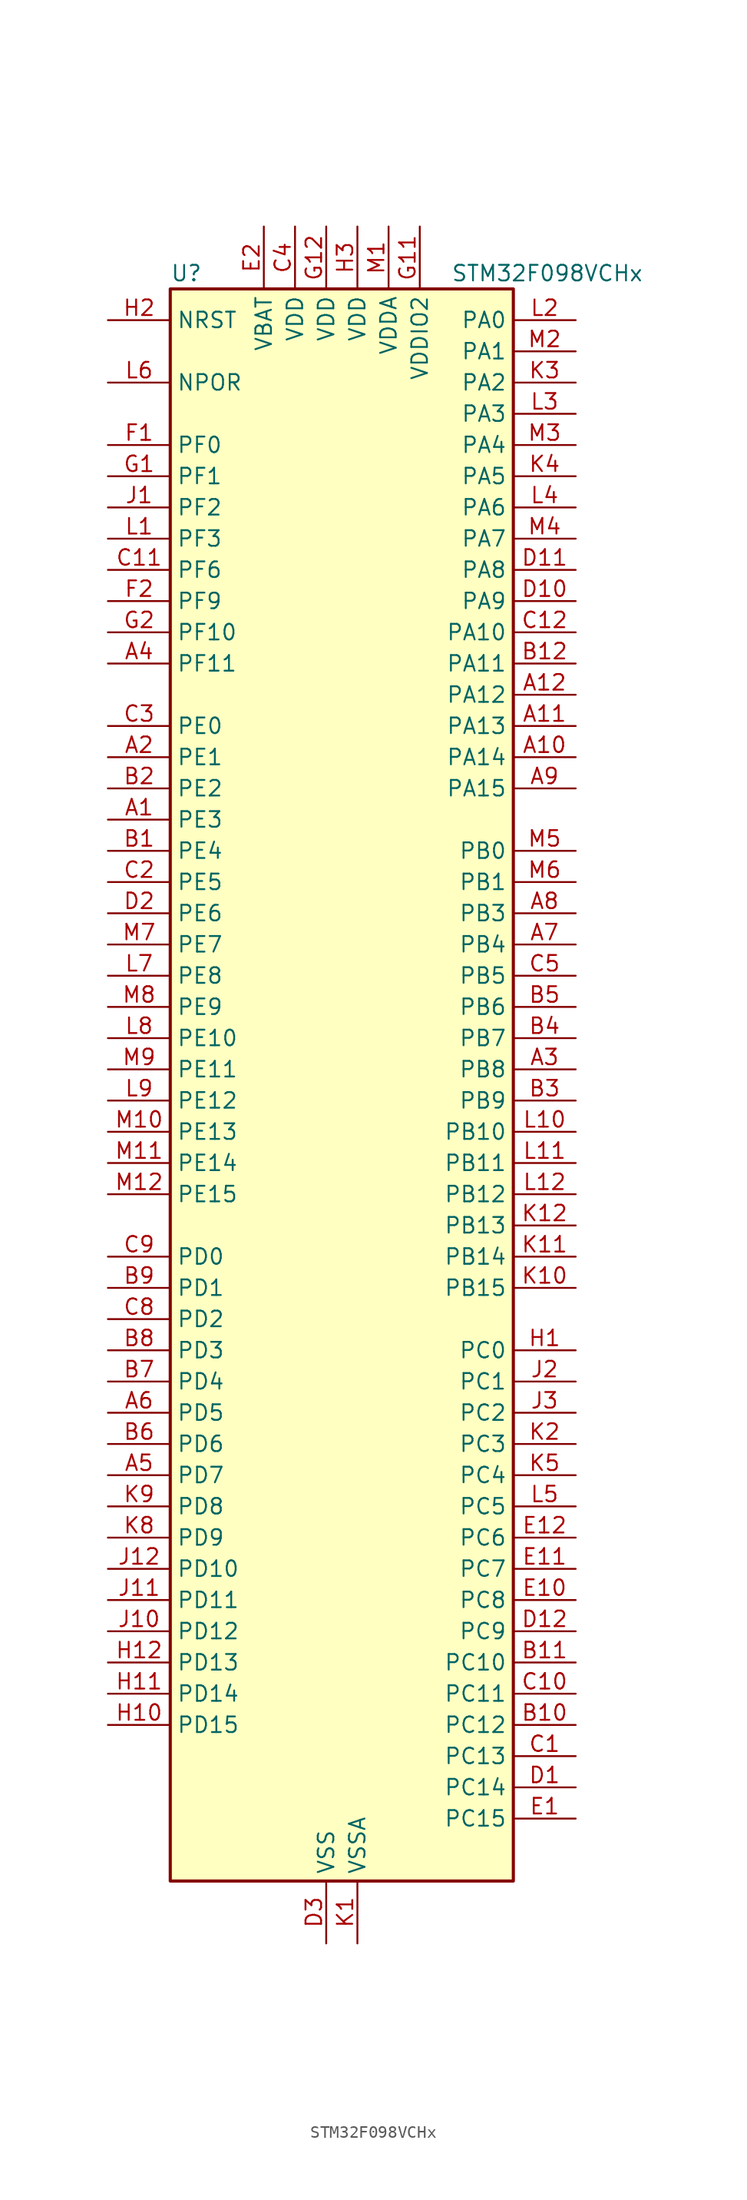
<source format=kicad_sym>
(kicad_symbol_lib
  (version 20231120)
  (generator "kicad_symbol_editor")
  (generator_version "8.0")
  (symbol "STM32F098VCHx"
    (property "Reference" "U"
      (at -12.7 67.31 0)
      (effects (font (size 1.27 1.27)) (justify left)))
    (property "Value" "STM32F098VCHx"
      (at 10.16 67.31 0)
      (effects (font (size 1.27 1.27)) (justify left)))
    (property "ki_locked" ""
      (at 0 0 0)
      (effects (font (size 1.27 1.27))))
    (symbol "STM32F098VCHx_0_1"
      (rectangle (start -12.7 -63.5) (end 15.24 66.04) (stroke (width 0.254) (type default)) (fill (type background))))
    (symbol "STM32F098VCHx_1_1"
      (pin bidirectional line (at -17.78 22.86 0) (length 5.08) (name "PE3" (effects (font (size 1.27 1.27)))) (number "A1" (effects (font (size 1.27 1.27)))) (alternate "TIM3_CH1" bidirectional line) (alternate "TSC_G7_IO2" bidirectional line))
      (pin bidirectional line (at 20.32 27.94 180) (length 5.08) (name "PA14" (effects (font (size 1.27 1.27)))) (number "A10" (effects (font (size 1.27 1.27)))) (alternate "SYS_SWCLK" bidirectional line) (alternate "USART2_TX" bidirectional line))
      (pin bidirectional line (at 20.32 30.48 180) (length 5.08) (name "PA13" (effects (font (size 1.27 1.27)))) (number "A11" (effects (font (size 1.27 1.27)))) (alternate "IR_OUT" bidirectional line) (alternate "SYS_SWDIO" bidirectional line))
      (pin bidirectional line (at 20.32 33.02 180) (length 5.08) (name "PA12" (effects (font (size 1.27 1.27)))) (number "A12" (effects (font (size 1.27 1.27)))) (alternate "CAN_TX" bidirectional line) (alternate "COMP2_OUT" bidirectional line) (alternate "I2C2_SDA" bidirectional line) (alternate "TIM1_ETR" bidirectional line) (alternate "TSC_G4_IO4" bidirectional line) (alternate "USART1_DE" bidirectional line) (alternate "USART1_RTS" bidirectional line))
      (pin bidirectional line (at -17.78 27.94 0) (length 5.08) (name "PE1" (effects (font (size 1.27 1.27)))) (number "A2" (effects (font (size 1.27 1.27)))) (alternate "TIM17_CH1" bidirectional line))
      (pin bidirectional line (at 20.32 2.54 180) (length 5.08) (name "PB8" (effects (font (size 1.27 1.27)))) (number "A3" (effects (font (size 1.27 1.27)))) (alternate "CAN_RX" bidirectional line) (alternate "CEC" bidirectional line) (alternate "I2C1_SCL" bidirectional line) (alternate "TIM16_CH1" bidirectional line) (alternate "TSC_SYNC" bidirectional line))
      (pin bidirectional line (at -17.78 35.56 0) (length 5.08) (name "PF11" (effects (font (size 1.27 1.27)))) (number "A4" (effects (font (size 1.27 1.27)))))
      (pin bidirectional line (at -17.78 -30.48 0) (length 5.08) (name "PD7" (effects (font (size 1.27 1.27)))) (number "A5" (effects (font (size 1.27 1.27)))) (alternate "USART2_CK" bidirectional line))
      (pin bidirectional line (at -17.78 -25.4 0) (length 5.08) (name "PD5" (effects (font (size 1.27 1.27)))) (number "A6" (effects (font (size 1.27 1.27)))) (alternate "USART2_TX" bidirectional line))
      (pin bidirectional line (at 20.32 12.7 180) (length 5.08) (name "PB4" (effects (font (size 1.27 1.27)))) (number "A7" (effects (font (size 1.27 1.27)))) (alternate "I2S1_MCK" bidirectional line) (alternate "SPI1_MISO" bidirectional line) (alternate "TIM17_BKIN" bidirectional line) (alternate "TIM3_CH1" bidirectional line) (alternate "TSC_G5_IO2" bidirectional line) (alternate "USART5_RX" bidirectional line))
      (pin bidirectional line (at 20.32 15.24 180) (length 5.08) (name "PB3" (effects (font (size 1.27 1.27)))) (number "A8" (effects (font (size 1.27 1.27)))) (alternate "I2S1_CK" bidirectional line) (alternate "SPI1_SCK" bidirectional line) (alternate "TIM2_CH2" bidirectional line) (alternate "TSC_G5_IO1" bidirectional line) (alternate "USART5_TX" bidirectional line))
      (pin bidirectional line (at 20.32 25.4 180) (length 5.08) (name "PA15" (effects (font (size 1.27 1.27)))) (number "A9" (effects (font (size 1.27 1.27)))) (alternate "I2S1_WS" bidirectional line) (alternate "SPI1_NSS" bidirectional line) (alternate "TIM2_CH1" bidirectional line) (alternate "TIM2_ETR" bidirectional line) (alternate "USART2_RX" bidirectional line) (alternate "USART4_DE" bidirectional line) (alternate "USART4_RTS" bidirectional line))
      (pin bidirectional line (at -17.78 20.32 0) (length 5.08) (name "PE4" (effects (font (size 1.27 1.27)))) (number "B1" (effects (font (size 1.27 1.27)))) (alternate "TIM3_CH2" bidirectional line) (alternate "TSC_G7_IO3" bidirectional line))
      (pin bidirectional line (at 20.32 -50.8 180) (length 5.08) (name "PC12" (effects (font (size 1.27 1.27)))) (number "B10" (effects (font (size 1.27 1.27)))) (alternate "USART3_CK" bidirectional line) (alternate "USART4_CK" bidirectional line) (alternate "USART5_TX" bidirectional line))
      (pin bidirectional line (at 20.32 -45.72 180) (length 5.08) (name "PC10" (effects (font (size 1.27 1.27)))) (number "B11" (effects (font (size 1.27 1.27)))) (alternate "USART3_TX" bidirectional line) (alternate "USART4_TX" bidirectional line))
      (pin bidirectional line (at 20.32 35.56 180) (length 5.08) (name "PA11" (effects (font (size 1.27 1.27)))) (number "B12" (effects (font (size 1.27 1.27)))) (alternate "CAN_RX" bidirectional line) (alternate "COMP1_OUT" bidirectional line) (alternate "I2C2_SCL" bidirectional line) (alternate "TIM1_CH4" bidirectional line) (alternate "TSC_G4_IO3" bidirectional line) (alternate "USART1_CTS" bidirectional line))
      (pin bidirectional line (at -17.78 25.4 0) (length 5.08) (name "PE2" (effects (font (size 1.27 1.27)))) (number "B2" (effects (font (size 1.27 1.27)))) (alternate "TIM3_ETR" bidirectional line) (alternate "TSC_G7_IO1" bidirectional line))
      (pin bidirectional line (at 20.32 0 180) (length 5.08) (name "PB9" (effects (font (size 1.27 1.27)))) (number "B3" (effects (font (size 1.27 1.27)))) (alternate "CAN_TX" bidirectional line) (alternate "DAC_EXTI9" bidirectional line) (alternate "I2C1_SDA" bidirectional line) (alternate "I2S2_WS" bidirectional line) (alternate "IR_OUT" bidirectional line) (alternate "SPI2_NSS" bidirectional line) (alternate "TIM17_CH1" bidirectional line))
      (pin bidirectional line (at 20.32 5.08 180) (length 5.08) (name "PB7" (effects (font (size 1.27 1.27)))) (number "B4" (effects (font (size 1.27 1.27)))) (alternate "I2C1_SDA" bidirectional line) (alternate "TIM17_CH1N" bidirectional line) (alternate "TSC_G5_IO4" bidirectional line) (alternate "USART1_RX" bidirectional line) (alternate "USART4_CTS" bidirectional line))
      (pin bidirectional line (at 20.32 7.62 180) (length 5.08) (name "PB6" (effects (font (size 1.27 1.27)))) (number "B5" (effects (font (size 1.27 1.27)))) (alternate "I2C1_SCL" bidirectional line) (alternate "TIM16_CH1N" bidirectional line) (alternate "TSC_G5_IO3" bidirectional line) (alternate "USART1_TX" bidirectional line))
      (pin bidirectional line (at -17.78 -27.94 0) (length 5.08) (name "PD6" (effects (font (size 1.27 1.27)))) (number "B6" (effects (font (size 1.27 1.27)))) (alternate "USART2_RX" bidirectional line))
      (pin bidirectional line (at -17.78 -22.86 0) (length 5.08) (name "PD4" (effects (font (size 1.27 1.27)))) (number "B7" (effects (font (size 1.27 1.27)))) (alternate "I2S2_SD" bidirectional line) (alternate "SPI2_MOSI" bidirectional line) (alternate "USART2_DE" bidirectional line) (alternate "USART2_RTS" bidirectional line))
      (pin bidirectional line (at -17.78 -20.32 0) (length 5.08) (name "PD3" (effects (font (size 1.27 1.27)))) (number "B8" (effects (font (size 1.27 1.27)))) (alternate "I2S2_MCK" bidirectional line) (alternate "SPI2_MISO" bidirectional line) (alternate "USART2_CTS" bidirectional line))
      (pin bidirectional line (at -17.78 -15.24 0) (length 5.08) (name "PD1" (effects (font (size 1.27 1.27)))) (number "B9" (effects (font (size 1.27 1.27)))) (alternate "CAN_TX" bidirectional line) (alternate "I2S2_CK" bidirectional line) (alternate "SPI2_SCK" bidirectional line))
      (pin bidirectional line (at 20.32 -53.34 180) (length 5.08) (name "PC13" (effects (font (size 1.27 1.27)))) (number "C1" (effects (font (size 1.27 1.27)))) (alternate "RTC_OUT_ALARM" bidirectional line) (alternate "RTC_OUT_CALIB" bidirectional line) (alternate "RTC_TAMP1" bidirectional line) (alternate "RTC_TS" bidirectional line) (alternate "SYS_WKUP2" bidirectional line))
      (pin bidirectional line (at 20.32 -48.26 180) (length 5.08) (name "PC11" (effects (font (size 1.27 1.27)))) (number "C10" (effects (font (size 1.27 1.27)))) (alternate "USART3_RX" bidirectional line) (alternate "USART4_RX" bidirectional line))
      (pin bidirectional line (at -17.78 43.18 0) (length 5.08) (name "PF6" (effects (font (size 1.27 1.27)))) (number "C11" (effects (font (size 1.27 1.27)))))
      (pin bidirectional line (at 20.32 38.1 180) (length 5.08) (name "PA10" (effects (font (size 1.27 1.27)))) (number "C12" (effects (font (size 1.27 1.27)))) (alternate "I2C1_SDA" bidirectional line) (alternate "TIM17_BKIN" bidirectional line) (alternate "TIM1_CH3" bidirectional line) (alternate "TSC_G4_IO2" bidirectional line) (alternate "USART1_RX" bidirectional line))
      (pin bidirectional line (at -17.78 17.78 0) (length 5.08) (name "PE5" (effects (font (size 1.27 1.27)))) (number "C2" (effects (font (size 1.27 1.27)))) (alternate "TIM3_CH3" bidirectional line) (alternate "TSC_G7_IO4" bidirectional line))
      (pin bidirectional line (at -17.78 30.48 0) (length 5.08) (name "PE0" (effects (font (size 1.27 1.27)))) (number "C3" (effects (font (size 1.27 1.27)))) (alternate "TIM16_CH1" bidirectional line))
      (pin power_in line (at -2.54 71.12 270) (length 5.08) (name "VDD" (effects (font (size 1.27 1.27)))) (number "C4" (effects (font (size 1.27 1.27)))))
      (pin bidirectional line (at 20.32 10.16 180) (length 5.08) (name "PB5" (effects (font (size 1.27 1.27)))) (number "C5" (effects (font (size 1.27 1.27)))) (alternate "I2C1_SMBA" bidirectional line) (alternate "I2S1_SD" bidirectional line) (alternate "SPI1_MOSI" bidirectional line) (alternate "SYS_WKUP6" bidirectional line) (alternate "TIM16_BKIN" bidirectional line) (alternate "TIM3_CH2" bidirectional line) (alternate "USART5_CK" bidirectional line) (alternate "USART5_DE" bidirectional line) (alternate "USART5_RTS" bidirectional line))
      (pin bidirectional line (at -17.78 -17.78 0) (length 5.08) (name "PD2" (effects (font (size 1.27 1.27)))) (number "C8" (effects (font (size 1.27 1.27)))) (alternate "TIM3_ETR" bidirectional line) (alternate "USART3_DE" bidirectional line) (alternate "USART3_RTS" bidirectional line) (alternate "USART5_RX" bidirectional line))
      (pin bidirectional line (at -17.78 -12.7 0) (length 5.08) (name "PD0" (effects (font (size 1.27 1.27)))) (number "C9" (effects (font (size 1.27 1.27)))) (alternate "CAN_RX" bidirectional line) (alternate "I2S2_WS" bidirectional line) (alternate "SPI2_NSS" bidirectional line))
      (pin bidirectional line (at 20.32 -55.88 180) (length 5.08) (name "PC14" (effects (font (size 1.27 1.27)))) (number "D1" (effects (font (size 1.27 1.27)))) (alternate "RCC_OSC32_IN" bidirectional line))
      (pin bidirectional line (at 20.32 40.64 180) (length 5.08) (name "PA9" (effects (font (size 1.27 1.27)))) (number "D10" (effects (font (size 1.27 1.27)))) (alternate "DAC_EXTI9" bidirectional line) (alternate "I2C1_SCL" bidirectional line) (alternate "RCC_MCO" bidirectional line) (alternate "TIM15_BKIN" bidirectional line) (alternate "TIM1_CH2" bidirectional line) (alternate "TSC_G4_IO1" bidirectional line) (alternate "USART1_TX" bidirectional line))
      (pin bidirectional line (at 20.32 43.18 180) (length 5.08) (name "PA8" (effects (font (size 1.27 1.27)))) (number "D11" (effects (font (size 1.27 1.27)))) (alternate "CRS_SYNC" bidirectional line) (alternate "RCC_MCO" bidirectional line) (alternate "TIM1_CH1" bidirectional line) (alternate "USART1_CK" bidirectional line))
      (pin bidirectional line (at 20.32 -43.18 180) (length 5.08) (name "PC9" (effects (font (size 1.27 1.27)))) (number "D12" (effects (font (size 1.27 1.27)))) (alternate "DAC_EXTI9" bidirectional line) (alternate "TIM3_CH4" bidirectional line) (alternate "USART8_RX" bidirectional line))
      (pin bidirectional line (at -17.78 15.24 0) (length 5.08) (name "PE6" (effects (font (size 1.27 1.27)))) (number "D2" (effects (font (size 1.27 1.27)))) (alternate "RTC_TAMP3" bidirectional line) (alternate "SYS_WKUP3" bidirectional line) (alternate "TIM3_CH4" bidirectional line))
      (pin power_in line (at 0 -68.58 90) (length 5.08) (name "VSS" (effects (font (size 1.27 1.27)))) (number "D3" (effects (font (size 1.27 1.27)))))
      (pin bidirectional line (at 20.32 -58.42 180) (length 5.08) (name "PC15" (effects (font (size 1.27 1.27)))) (number "E1" (effects (font (size 1.27 1.27)))) (alternate "RCC_OSC32_OUT" bidirectional line))
      (pin bidirectional line (at 20.32 -40.64 180) (length 5.08) (name "PC8" (effects (font (size 1.27 1.27)))) (number "E10" (effects (font (size 1.27 1.27)))) (alternate "TIM3_CH3" bidirectional line) (alternate "USART8_TX" bidirectional line))
      (pin bidirectional line (at 20.32 -38.1 180) (length 5.08) (name "PC7" (effects (font (size 1.27 1.27)))) (number "E11" (effects (font (size 1.27 1.27)))) (alternate "TIM3_CH2" bidirectional line) (alternate "USART7_RX" bidirectional line))
      (pin bidirectional line (at 20.32 -35.56 180) (length 5.08) (name "PC6" (effects (font (size 1.27 1.27)))) (number "E12" (effects (font (size 1.27 1.27)))) (alternate "TIM3_CH1" bidirectional line) (alternate "USART7_TX" bidirectional line))
      (pin power_in line (at -5.08 71.12 270) (length 5.08) (name "VBAT" (effects (font (size 1.27 1.27)))) (number "E2" (effects (font (size 1.27 1.27)))))
      (pin no_connect line (at -12.7 -63.5 0) (length 5.08) hide (name "NC" (effects (font (size 1.27 1.27)))) (number "E3" (effects (font (size 1.27 1.27)))))
      (pin bidirectional line (at -17.78 53.34 0) (length 5.08) (name "PF0" (effects (font (size 1.27 1.27)))) (number "F1" (effects (font (size 1.27 1.27)))) (alternate "CRS_SYNC" bidirectional line) (alternate "I2C1_SDA" bidirectional line) (alternate "RCC_OSC_IN" bidirectional line))
      (pin passive line (at 0 -68.58 90) (length 5.08) hide (name "VSS" (effects (font (size 1.27 1.27)))) (number "F11" (effects (font (size 1.27 1.27)))))
      (pin passive line (at 0 -68.58 90) (length 5.08) hide (name "VSS" (effects (font (size 1.27 1.27)))) (number "F12" (effects (font (size 1.27 1.27)))))
      (pin bidirectional line (at -17.78 40.64 0) (length 5.08) (name "PF9" (effects (font (size 1.27 1.27)))) (number "F2" (effects (font (size 1.27 1.27)))) (alternate "DAC_EXTI9" bidirectional line) (alternate "TIM15_CH1" bidirectional line) (alternate "USART6_TX" bidirectional line))
      (pin bidirectional line (at -17.78 50.8 0) (length 5.08) (name "PF1" (effects (font (size 1.27 1.27)))) (number "G1" (effects (font (size 1.27 1.27)))) (alternate "I2C1_SCL" bidirectional line) (alternate "RCC_OSC_OUT" bidirectional line))
      (pin power_in line (at 7.62 71.12 270) (length 5.08) (name "VDDIO2" (effects (font (size 1.27 1.27)))) (number "G11" (effects (font (size 1.27 1.27)))))
      (pin power_in line (at 0 71.12 270) (length 5.08) (name "VDD" (effects (font (size 1.27 1.27)))) (number "G12" (effects (font (size 1.27 1.27)))))
      (pin bidirectional line (at -17.78 38.1 0) (length 5.08) (name "PF10" (effects (font (size 1.27 1.27)))) (number "G2" (effects (font (size 1.27 1.27)))) (alternate "TIM15_CH2" bidirectional line) (alternate "USART6_RX" bidirectional line))
      (pin bidirectional line (at 20.32 -20.32 180) (length 5.08) (name "PC0" (effects (font (size 1.27 1.27)))) (number "H1" (effects (font (size 1.27 1.27)))) (alternate "ADC_IN10" bidirectional line) (alternate "USART6_TX" bidirectional line) (alternate "USART7_TX" bidirectional line))
      (pin bidirectional line (at -17.78 -50.8 0) (length 5.08) (name "PD15" (effects (font (size 1.27 1.27)))) (number "H10" (effects (font (size 1.27 1.27)))) (alternate "CRS_SYNC" bidirectional line) (alternate "TSC_G8_IO4" bidirectional line) (alternate "USART7_CK" bidirectional line) (alternate "USART7_DE" bidirectional line) (alternate "USART7_RTS" bidirectional line))
      (pin bidirectional line (at -17.78 -48.26 0) (length 5.08) (name "PD14" (effects (font (size 1.27 1.27)))) (number "H11" (effects (font (size 1.27 1.27)))) (alternate "TSC_G8_IO3" bidirectional line) (alternate "USART8_RX" bidirectional line))
      (pin bidirectional line (at -17.78 -45.72 0) (length 5.08) (name "PD13" (effects (font (size 1.27 1.27)))) (number "H12" (effects (font (size 1.27 1.27)))) (alternate "TSC_G8_IO2" bidirectional line) (alternate "USART8_TX" bidirectional line))
      (pin input line (at -17.78 63.5 0) (length 5.08) (name "NRST" (effects (font (size 1.27 1.27)))) (number "H2" (effects (font (size 1.27 1.27)))))
      (pin power_in line (at 2.54 71.12 270) (length 5.08) (name "VDD" (effects (font (size 1.27 1.27)))) (number "H3" (effects (font (size 1.27 1.27)))))
      (pin bidirectional line (at -17.78 48.26 0) (length 5.08) (name "PF2" (effects (font (size 1.27 1.27)))) (number "J1" (effects (font (size 1.27 1.27)))) (alternate "SYS_WKUP8" bidirectional line) (alternate "USART7_CK" bidirectional line) (alternate "USART7_DE" bidirectional line) (alternate "USART7_RTS" bidirectional line) (alternate "USART7_TX" bidirectional line))
      (pin bidirectional line (at -17.78 -43.18 0) (length 5.08) (name "PD12" (effects (font (size 1.27 1.27)))) (number "J10" (effects (font (size 1.27 1.27)))) (alternate "TSC_G8_IO1" bidirectional line) (alternate "USART3_DE" bidirectional line) (alternate "USART3_RTS" bidirectional line) (alternate "USART8_CK" bidirectional line) (alternate "USART8_DE" bidirectional line) (alternate "USART8_RTS" bidirectional line))
      (pin bidirectional line (at -17.78 -40.64 0) (length 5.08) (name "PD11" (effects (font (size 1.27 1.27)))) (number "J11" (effects (font (size 1.27 1.27)))) (alternate "USART3_CTS" bidirectional line))
      (pin bidirectional line (at -17.78 -38.1 0) (length 5.08) (name "PD10" (effects (font (size 1.27 1.27)))) (number "J12" (effects (font (size 1.27 1.27)))) (alternate "USART3_CK" bidirectional line))
      (pin bidirectional line (at 20.32 -22.86 180) (length 5.08) (name "PC1" (effects (font (size 1.27 1.27)))) (number "J2" (effects (font (size 1.27 1.27)))) (alternate "ADC_IN11" bidirectional line) (alternate "USART6_RX" bidirectional line) (alternate "USART7_RX" bidirectional line))
      (pin bidirectional line (at 20.32 -25.4 180) (length 5.08) (name "PC2" (effects (font (size 1.27 1.27)))) (number "J3" (effects (font (size 1.27 1.27)))) (alternate "ADC_IN12" bidirectional line) (alternate "I2S2_MCK" bidirectional line) (alternate "SPI2_MISO" bidirectional line) (alternate "USART8_TX" bidirectional line))
      (pin power_in line (at 2.54 -68.58 90) (length 5.08) (name "VSSA" (effects (font (size 1.27 1.27)))) (number "K1" (effects (font (size 1.27 1.27)))))
      (pin bidirectional line (at 20.32 -15.24 180) (length 5.08) (name "PB15" (effects (font (size 1.27 1.27)))) (number "K10" (effects (font (size 1.27 1.27)))) (alternate "I2S2_SD" bidirectional line) (alternate "RTC_REFIN" bidirectional line) (alternate "SPI2_MOSI" bidirectional line) (alternate "SYS_WKUP7" bidirectional line) (alternate "TIM15_CH1N" bidirectional line) (alternate "TIM15_CH2" bidirectional line) (alternate "TIM1_CH3N" bidirectional line))
      (pin bidirectional line (at 20.32 -12.7 180) (length 5.08) (name "PB14" (effects (font (size 1.27 1.27)))) (number "K11" (effects (font (size 1.27 1.27)))) (alternate "I2C2_SDA" bidirectional line) (alternate "I2S2_MCK" bidirectional line) (alternate "SPI2_MISO" bidirectional line) (alternate "TIM15_CH1" bidirectional line) (alternate "TIM1_CH2N" bidirectional line) (alternate "TSC_G6_IO4" bidirectional line) (alternate "USART3_DE" bidirectional line) (alternate "USART3_RTS" bidirectional line))
      (pin bidirectional line (at 20.32 -10.16 180) (length 5.08) (name "PB13" (effects (font (size 1.27 1.27)))) (number "K12" (effects (font (size 1.27 1.27)))) (alternate "I2C2_SCL" bidirectional line) (alternate "I2S2_CK" bidirectional line) (alternate "SPI2_SCK" bidirectional line) (alternate "TIM1_CH1N" bidirectional line) (alternate "TSC_G6_IO3" bidirectional line) (alternate "USART3_CTS" bidirectional line))
      (pin bidirectional line (at 20.32 -27.94 180) (length 5.08) (name "PC3" (effects (font (size 1.27 1.27)))) (number "K2" (effects (font (size 1.27 1.27)))) (alternate "ADC_IN13" bidirectional line) (alternate "I2S2_SD" bidirectional line) (alternate "SPI2_MOSI" bidirectional line) (alternate "USART8_RX" bidirectional line))
      (pin bidirectional line (at 20.32 58.42 180) (length 5.08) (name "PA2" (effects (font (size 1.27 1.27)))) (number "K3" (effects (font (size 1.27 1.27)))) (alternate "ADC_IN2" bidirectional line) (alternate "COMP2_INM" bidirectional line) (alternate "COMP2_OUT" bidirectional line) (alternate "SYS_WKUP4" bidirectional line) (alternate "TIM15_CH1" bidirectional line) (alternate "TIM2_CH3" bidirectional line) (alternate "TSC_G1_IO3" bidirectional line) (alternate "USART2_TX" bidirectional line))
      (pin bidirectional line (at 20.32 50.8 180) (length 5.08) (name "PA5" (effects (font (size 1.27 1.27)))) (number "K4" (effects (font (size 1.27 1.27)))) (alternate "ADC_IN5" bidirectional line) (alternate "CEC" bidirectional line) (alternate "COMP1_INM" bidirectional line) (alternate "COMP2_INM" bidirectional line) (alternate "DAC_OUT2" bidirectional line) (alternate "I2S1_CK" bidirectional line) (alternate "SPI1_SCK" bidirectional line) (alternate "TIM2_CH1" bidirectional line) (alternate "TIM2_ETR" bidirectional line) (alternate "TSC_G2_IO2" bidirectional line) (alternate "USART6_RX" bidirectional line))
      (pin bidirectional line (at 20.32 -30.48 180) (length 5.08) (name "PC4" (effects (font (size 1.27 1.27)))) (number "K5" (effects (font (size 1.27 1.27)))) (alternate "ADC_IN14" bidirectional line) (alternate "USART3_TX" bidirectional line))
      (pin bidirectional line (at -17.78 -35.56 0) (length 5.08) (name "PD9" (effects (font (size 1.27 1.27)))) (number "K8" (effects (font (size 1.27 1.27)))) (alternate "DAC_EXTI9" bidirectional line) (alternate "USART3_RX" bidirectional line))
      (pin bidirectional line (at -17.78 -33.02 0) (length 5.08) (name "PD8" (effects (font (size 1.27 1.27)))) (number "K9" (effects (font (size 1.27 1.27)))) (alternate "USART3_TX" bidirectional line))
      (pin bidirectional line (at -17.78 45.72 0) (length 5.08) (name "PF3" (effects (font (size 1.27 1.27)))) (number "L1" (effects (font (size 1.27 1.27)))) (alternate "USART6_CK" bidirectional line) (alternate "USART6_DE" bidirectional line) (alternate "USART6_RTS" bidirectional line) (alternate "USART7_RX" bidirectional line))
      (pin bidirectional line (at 20.32 -2.54 180) (length 5.08) (name "PB10" (effects (font (size 1.27 1.27)))) (number "L10" (effects (font (size 1.27 1.27)))) (alternate "CEC" bidirectional line) (alternate "I2C2_SCL" bidirectional line) (alternate "I2S2_CK" bidirectional line) (alternate "SPI2_SCK" bidirectional line) (alternate "TIM2_CH3" bidirectional line) (alternate "TSC_SYNC" bidirectional line) (alternate "USART3_TX" bidirectional line))
      (pin bidirectional line (at 20.32 -5.08 180) (length 5.08) (name "PB11" (effects (font (size 1.27 1.27)))) (number "L11" (effects (font (size 1.27 1.27)))) (alternate "I2C2_SDA" bidirectional line) (alternate "TIM2_CH4" bidirectional line) (alternate "TSC_G6_IO1" bidirectional line) (alternate "USART3_RX" bidirectional line))
      (pin bidirectional line (at 20.32 -7.62 180) (length 5.08) (name "PB12" (effects (font (size 1.27 1.27)))) (number "L12" (effects (font (size 1.27 1.27)))) (alternate "I2S2_WS" bidirectional line) (alternate "SPI2_NSS" bidirectional line) (alternate "TIM15_BKIN" bidirectional line) (alternate "TIM1_BKIN" bidirectional line) (alternate "TSC_G6_IO2" bidirectional line) (alternate "USART3_CK" bidirectional line))
      (pin bidirectional line (at 20.32 63.5 180) (length 5.08) (name "PA0" (effects (font (size 1.27 1.27)))) (number "L2" (effects (font (size 1.27 1.27)))) (alternate "ADC_IN0" bidirectional line) (alternate "COMP1_INM" bidirectional line) (alternate "COMP1_OUT" bidirectional line) (alternate "RTC_TAMP2" bidirectional line) (alternate "SYS_WKUP1" bidirectional line) (alternate "TIM2_CH1" bidirectional line) (alternate "TIM2_ETR" bidirectional line) (alternate "TSC_G1_IO1" bidirectional line) (alternate "USART2_CTS" bidirectional line) (alternate "USART4_TX" bidirectional line))
      (pin bidirectional line (at 20.32 55.88 180) (length 5.08) (name "PA3" (effects (font (size 1.27 1.27)))) (number "L3" (effects (font (size 1.27 1.27)))) (alternate "ADC_IN3" bidirectional line) (alternate "COMP2_INP" bidirectional line) (alternate "TIM15_CH2" bidirectional line) (alternate "TIM2_CH4" bidirectional line) (alternate "TSC_G1_IO4" bidirectional line) (alternate "USART2_RX" bidirectional line))
      (pin bidirectional line (at 20.32 48.26 180) (length 5.08) (name "PA6" (effects (font (size 1.27 1.27)))) (number "L4" (effects (font (size 1.27 1.27)))) (alternate "ADC_IN6" bidirectional line) (alternate "COMP1_OUT" bidirectional line) (alternate "I2S1_MCK" bidirectional line) (alternate "SPI1_MISO" bidirectional line) (alternate "TIM16_CH1" bidirectional line) (alternate "TIM1_BKIN" bidirectional line) (alternate "TIM3_CH1" bidirectional line) (alternate "TSC_G2_IO3" bidirectional line) (alternate "USART3_CTS" bidirectional line))
      (pin bidirectional line (at 20.32 -33.02 180) (length 5.08) (name "PC5" (effects (font (size 1.27 1.27)))) (number "L5" (effects (font (size 1.27 1.27)))) (alternate "ADC_IN15" bidirectional line) (alternate "SYS_WKUP5" bidirectional line) (alternate "TSC_G3_IO1" bidirectional line) (alternate "USART3_RX" bidirectional line))
      (pin input line (at -17.78 58.42 0) (length 5.08) (name "NPOR" (effects (font (size 1.27 1.27)))) (number "L6" (effects (font (size 1.27 1.27)))))
      (pin bidirectional line (at -17.78 10.16 0) (length 5.08) (name "PE8" (effects (font (size 1.27 1.27)))) (number "L7" (effects (font (size 1.27 1.27)))) (alternate "TIM1_CH1N" bidirectional line) (alternate "USART4_TX" bidirectional line))
      (pin bidirectional line (at -17.78 5.08 0) (length 5.08) (name "PE10" (effects (font (size 1.27 1.27)))) (number "L8" (effects (font (size 1.27 1.27)))) (alternate "TIM1_CH2N" bidirectional line) (alternate "USART5_TX" bidirectional line))
      (pin bidirectional line (at -17.78 0 0) (length 5.08) (name "PE12" (effects (font (size 1.27 1.27)))) (number "L9" (effects (font (size 1.27 1.27)))) (alternate "I2S1_WS" bidirectional line) (alternate "SPI1_NSS" bidirectional line) (alternate "TIM1_CH3N" bidirectional line))
      (pin power_in line (at 5.08 71.12 270) (length 5.08) (name "VDDA" (effects (font (size 1.27 1.27)))) (number "M1" (effects (font (size 1.27 1.27)))))
      (pin bidirectional line (at -17.78 -2.54 0) (length 5.08) (name "PE13" (effects (font (size 1.27 1.27)))) (number "M10" (effects (font (size 1.27 1.27)))) (alternate "I2S1_CK" bidirectional line) (alternate "SPI1_SCK" bidirectional line) (alternate "TIM1_CH3" bidirectional line))
      (pin bidirectional line (at -17.78 -5.08 0) (length 5.08) (name "PE14" (effects (font (size 1.27 1.27)))) (number "M11" (effects (font (size 1.27 1.27)))) (alternate "I2S1_MCK" bidirectional line) (alternate "SPI1_MISO" bidirectional line) (alternate "TIM1_CH4" bidirectional line))
      (pin bidirectional line (at -17.78 -7.62 0) (length 5.08) (name "PE15" (effects (font (size 1.27 1.27)))) (number "M12" (effects (font (size 1.27 1.27)))) (alternate "I2S1_SD" bidirectional line) (alternate "SPI1_MOSI" bidirectional line) (alternate "TIM1_BKIN" bidirectional line))
      (pin bidirectional line (at 20.32 60.96 180) (length 5.08) (name "PA1" (effects (font (size 1.27 1.27)))) (number "M2" (effects (font (size 1.27 1.27)))) (alternate "ADC_IN1" bidirectional line) (alternate "COMP1_INP" bidirectional line) (alternate "TIM15_CH1N" bidirectional line) (alternate "TIM2_CH2" bidirectional line) (alternate "TSC_G1_IO2" bidirectional line) (alternate "USART2_DE" bidirectional line) (alternate "USART2_RTS" bidirectional line) (alternate "USART4_RX" bidirectional line))
      (pin bidirectional line (at 20.32 53.34 180) (length 5.08) (name "PA4" (effects (font (size 1.27 1.27)))) (number "M3" (effects (font (size 1.27 1.27)))) (alternate "ADC_IN4" bidirectional line) (alternate "COMP1_INM" bidirectional line) (alternate "COMP2_INM" bidirectional line) (alternate "DAC_OUT1" bidirectional line) (alternate "I2S1_WS" bidirectional line) (alternate "SPI1_NSS" bidirectional line) (alternate "TIM14_CH1" bidirectional line) (alternate "TSC_G2_IO1" bidirectional line) (alternate "USART2_CK" bidirectional line) (alternate "USART6_TX" bidirectional line))
      (pin bidirectional line (at 20.32 45.72 180) (length 5.08) (name "PA7" (effects (font (size 1.27 1.27)))) (number "M4" (effects (font (size 1.27 1.27)))) (alternate "ADC_IN7" bidirectional line) (alternate "COMP2_OUT" bidirectional line) (alternate "I2S1_SD" bidirectional line) (alternate "SPI1_MOSI" bidirectional line) (alternate "TIM14_CH1" bidirectional line) (alternate "TIM17_CH1" bidirectional line) (alternate "TIM1_CH1N" bidirectional line) (alternate "TIM3_CH2" bidirectional line) (alternate "TSC_G2_IO4" bidirectional line))
      (pin bidirectional line (at 20.32 20.32 180) (length 5.08) (name "PB0" (effects (font (size 1.27 1.27)))) (number "M5" (effects (font (size 1.27 1.27)))) (alternate "ADC_IN8" bidirectional line) (alternate "TIM1_CH2N" bidirectional line) (alternate "TIM3_CH3" bidirectional line) (alternate "TSC_G3_IO2" bidirectional line) (alternate "USART3_CK" bidirectional line))
      (pin bidirectional line (at 20.32 17.78 180) (length 5.08) (name "PB1" (effects (font (size 1.27 1.27)))) (number "M6" (effects (font (size 1.27 1.27)))) (alternate "ADC_IN9" bidirectional line) (alternate "TIM14_CH1" bidirectional line) (alternate "TIM1_CH3N" bidirectional line) (alternate "TIM3_CH4" bidirectional line) (alternate "TSC_G3_IO3" bidirectional line) (alternate "USART3_DE" bidirectional line) (alternate "USART3_RTS" bidirectional line))
      (pin bidirectional line (at -17.78 12.7 0) (length 5.08) (name "PE7" (effects (font (size 1.27 1.27)))) (number "M7" (effects (font (size 1.27 1.27)))) (alternate "TIM1_ETR" bidirectional line) (alternate "USART5_CK" bidirectional line) (alternate "USART5_DE" bidirectional line) (alternate "USART5_RTS" bidirectional line))
      (pin bidirectional line (at -17.78 7.62 0) (length 5.08) (name "PE9" (effects (font (size 1.27 1.27)))) (number "M8" (effects (font (size 1.27 1.27)))) (alternate "DAC_EXTI9" bidirectional line) (alternate "TIM1_CH1" bidirectional line) (alternate "USART4_RX" bidirectional line))
      (pin bidirectional line (at -17.78 2.54 0) (length 5.08) (name "PE11" (effects (font (size 1.27 1.27)))) (number "M9" (effects (font (size 1.27 1.27)))) (alternate "TIM1_CH2" bidirectional line) (alternate "USART5_RX" bidirectional line)))))
</source>
